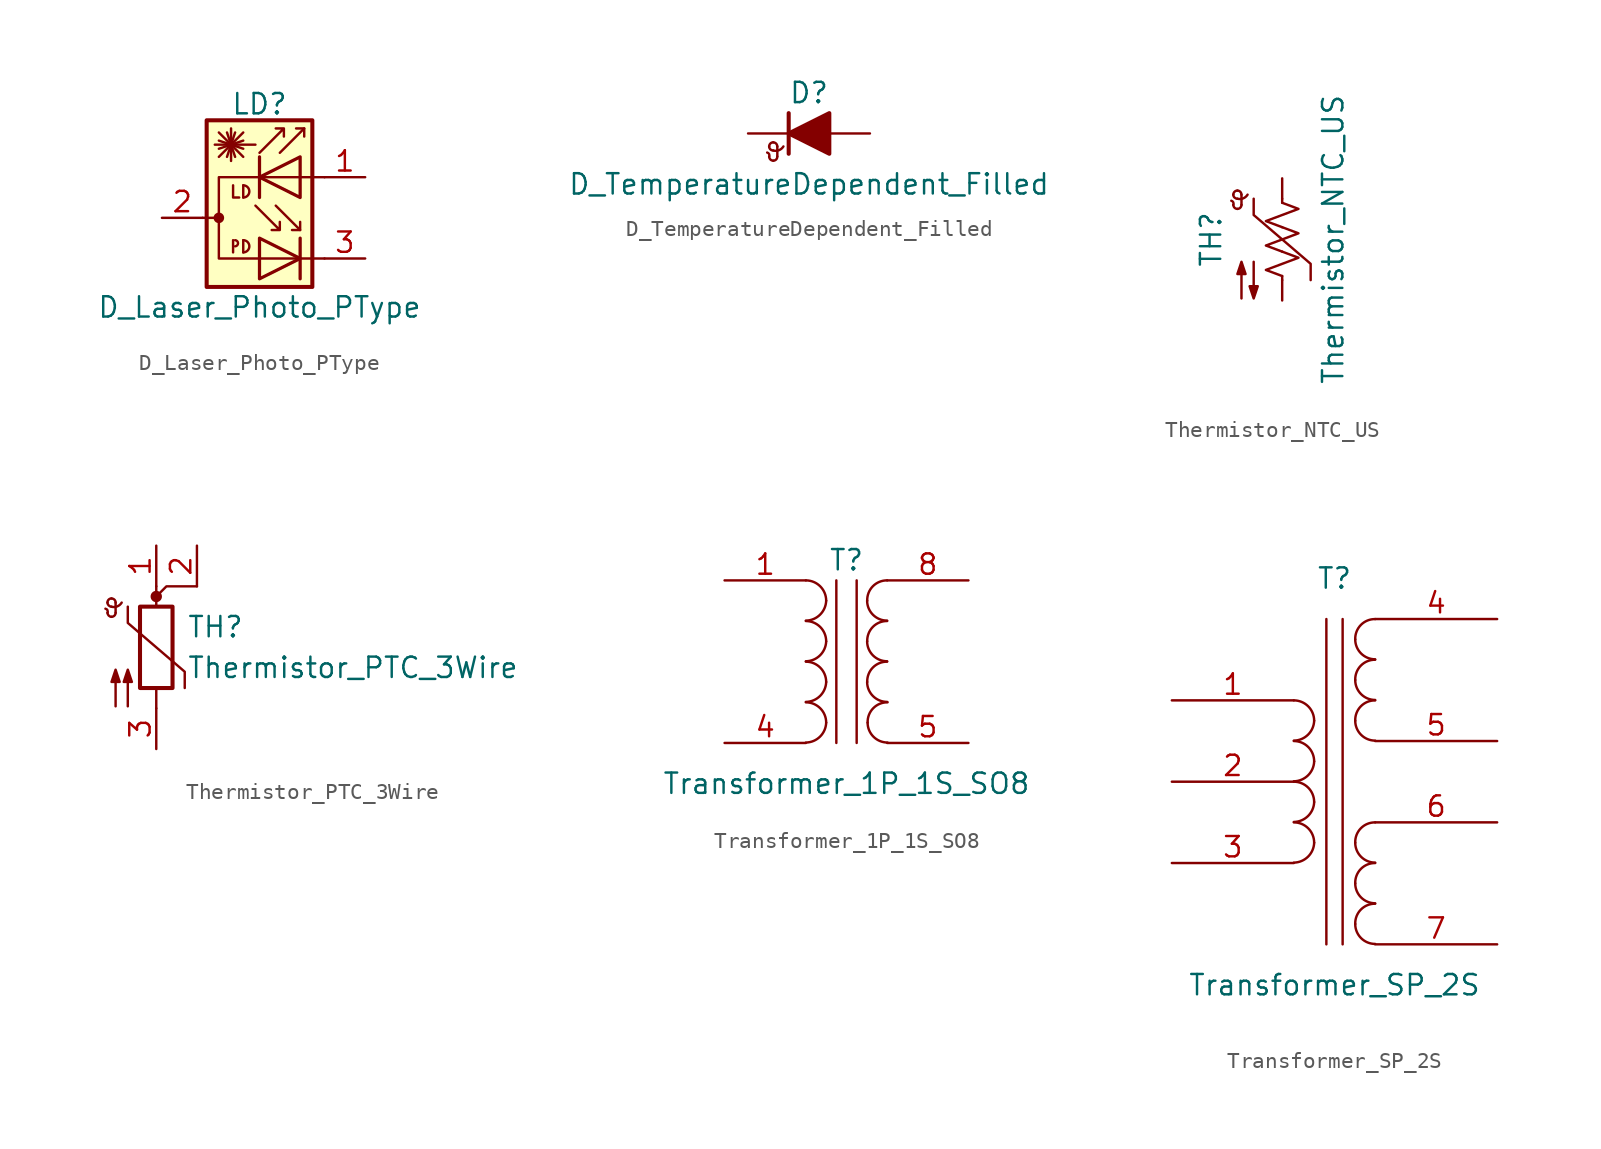
<source format=kicad_sym>
(kicad_symbol_lib
  (version 20211014)
  (generator kicad_symbol_editor)
  (symbol "D_Laser_Photo_PType"
    (pin_names hide)
    (property "Reference" "LD"
      (at 1.016 7.112 0)
      (effects (font (size 1.27 1.27))))
    (property "Value" "D_Laser_Photo_PType"
      (at 1.016 -5.588 0)
      (effects (font (size 1.27 1.27))))
    (symbol "D_Laser_Photo_PType_0_1"
      (circle (center -1.524 0) (radius 0.254) (stroke (width 0) (type default) (color 0 0 0 0)) (fill (type outline)))
      (arc (start -0.508 -1.778) (mid -0.3302 -1.6002) (end -0.508 -1.397) (stroke (width 0) (type default) (color 0 0 0 0)) (fill (type none)))
      (arc (start 0 -2.159) (mid 0.381 -1.778) (end 0 -1.397) (stroke (width 0) (type default) (color 0 0 0 0)) (fill (type none)))
      (polyline (pts (xy -2.54 0) (xy -1.524 0)) (stroke (width 0) (type default) (color 0 0 0 0)) (fill (type none)))
      (polyline (pts (xy -1.524 3.81) (xy 0 5.334)) (stroke (width 0) (type default) (color 0 0 0 0)) (fill (type none)))
      (polyline (pts (xy -1.524 4.318) (xy 0 4.826)) (stroke (width 0) (type default) (color 0 0 0 0)) (fill (type none)))
      (polyline (pts (xy -1.524 4.826) (xy 0 4.318)) (stroke (width 0) (type default) (color 0 0 0 0)) (fill (type none)))
      (polyline (pts (xy -1.524 5.334) (xy 0 3.81)) (stroke (width 0) (type default) (color 0 0 0 0)) (fill (type none)))
      (polyline (pts (xy -1.016 5.334) (xy -0.508 3.81)) (stroke (width 0) (type default) (color 0 0 0 0)) (fill (type none)))
      (polyline (pts (xy -0.762 4.572) (xy -0.762 3.556)) (stroke (width 0) (type default) (color 0 0 0 0)) (fill (type none)))
      (polyline (pts (xy -0.762 4.572) (xy -0.762 5.588)) (stroke (width 0) (type default) (color 0 0 0 0)) (fill (type none)))
      (polyline (pts (xy -0.635 -1.397) (xy -0.635 -2.159)) (stroke (width 0) (type default) (color 0 0 0 0)) (fill (type none)))
      (polyline (pts (xy -0.508 5.334) (xy -1.016 3.81)) (stroke (width 0) (type default) (color 0 0 0 0)) (fill (type none)))
      (polyline (pts (xy 0 -1.397) (xy 0 -2.159)) (stroke (width 0) (type default) (color 0 0 0 0)) (fill (type none)))
      (polyline (pts (xy 0 2.032) (xy 0 1.27)) (stroke (width 0) (type default) (color 0 0 0 0)) (fill (type none)))
      (polyline (pts (xy 0.762 4.572) (xy -1.778 4.572)) (stroke (width 0) (type default) (color 0 0 0 0)) (fill (type none)))
      (polyline (pts (xy 1.016 3.81) (xy 1.016 1.27)) (stroke (width 0.203) (type default) (color 0 0 0 0)) (fill (type none)))
      (polyline (pts (xy 3.556 -1.27) (xy 3.556 -3.81)) (stroke (width 0.203) (type default) (color 0 0 0 0)) (fill (type none)))
      (polyline (pts (xy 3.556 -0.762) (xy 3.048 -0.762)) (stroke (width 0) (type default) (color 0 0 0 0)) (fill (type none)))
      (polyline (pts (xy 3.81 5.588) (xy 3.302 5.588)) (stroke (width 0) (type default) (color 0 0 0 0)) (fill (type none)))
      (polyline (pts (xy -0.635 2.032) (xy -0.635 1.27) (xy -0.254 1.27)) (stroke (width 0) (type default) (color 0 0 0 0)) (fill (type none)))
      (polyline (pts (xy 2.032 0.762) (xy 3.556 -0.762) (xy 3.556 -0.254)) (stroke (width 0) (type default) (color 0 0 0 0)) (fill (type none)))
      (polyline (pts (xy 2.286 4.064) (xy 3.81 5.588) (xy 3.81 5.08)) (stroke (width 0) (type default) (color 0 0 0 0)) (fill (type none)))
      (polyline (pts (xy 1.016 -1.27) (xy 1.016 -3.81) (xy 3.556 -2.54) (xy 1.016 -1.27)) (stroke (width 0.203) (type default) (color 0 0 0 0)) (fill (type none)))
      (polyline (pts (xy 3.556 3.81) (xy 3.556 1.27) (xy 1.016 2.54) (xy 3.556 3.81)) (stroke (width 0.203) (type default) (color 0 0 0 0)) (fill (type none)))
      (polyline (pts (xy 5.08 2.54) (xy -1.524 2.54) (xy -1.524 -2.54) (xy 5.08 -2.54)) (stroke (width 0) (type default) (color 0 0 0 0)) (fill (type none)))
      (polyline (pts (xy 0.762 0.762) (xy 2.286 -0.762) (xy 2.286 -0.254) (xy 2.286 -0.762) (xy 1.778 -0.762)) (stroke (width 0) (type default) (color 0 0 0 0)) (fill (type none)))
      (polyline (pts (xy 1.016 4.064) (xy 2.54 5.588) (xy 2.54 5.08) (xy 2.54 5.588) (xy 2.032 5.588)) (stroke (width 0) (type default) (color 0 0 0 0)) (fill (type none)))
      (arc (start 0 1.27) (mid 0.381 1.651) (end 0 2.032) (stroke (width 0) (type default) (color 0 0 0 0)) (fill (type none)))
      (rectangle (start 4.318 6.096) (end -2.286 -4.318) (stroke (width 0.254) (type default) (color 0 0 0 0)) (fill (type background))))
    (symbol "D_Laser_Photo_PType_1_1"
      (pin passive line (at 7.62 2.54 180) (length 2.54) (name "~" (effects (font (size 1.27 1.27)))) (number "1" (effects (font (size 1.27 1.27)))))
      (pin passive line (at -5.08 0 0) (length 2.54) (name "~" (effects (font (size 1.27 1.27)))) (number "2" (effects (font (size 1.27 1.27)))))
      (pin passive line (at 7.62 -2.54 180) (length 2.54) (name "~" (effects (font (size 1.27 1.27)))) (number "3" (effects (font (size 1.27 1.27)))))))
  (symbol "D_TemperatureDependent_Filled"
    (pin_numbers hide)
    (pin_names
      (offset 1.016) hide)
    (property "Reference" "D"
      (at 0 2.54 0)
      (effects (font (size 1.27 1.27))))
    (property "Value" "D_TemperatureDependent_Filled"
      (at 0 -3.175 0)
      (effects (font (size 1.27 1.27))))
    (symbol "D_TemperatureDependent_Filled_0_1"
      (arc (start -2.4892 -1.4478) (mid -2.4907 -1.2925) (end -2.6162 -1.1938) (stroke (width 0) (type default) (color 0 0 0 0)) (fill (type none)))
      (arc (start -2.4892 -1.4478) (mid -2.4148 -1.6274) (end -2.2352 -1.7018) (stroke (width 0) (type default) (color 0 0 0 0)) (fill (type none)))
      (arc (start -2.4892 -0.8128) (mid -2.4148 -0.9924) (end -2.2352 -1.0668) (stroke (width 0) (type default) (color 0 0 0 0)) (fill (type none)))
      (arc (start -2.2352 -1.7018) (mid -2.0556 -1.6274) (end -1.9812 -1.4478) (stroke (width 0) (type default) (color 0 0 0 0)) (fill (type none)))
      (arc (start -2.2352 -1.0668) (mid -1.8805 -1.0481) (end -1.6002 -0.8128) (stroke (width 0) (type default) (color 0 0 0 0)) (fill (type none)))
      (arc (start -2.2352 -0.5588) (mid -2.4148 -0.6332) (end -2.4892 -0.8128) (stroke (width 0) (type default) (color 0 0 0 0)) (fill (type none)))
      (arc (start -1.9812 -0.8128) (mid -2.0556 -0.6332) (end -2.2352 -0.5588) (stroke (width 0) (type default) (color 0 0 0 0)) (fill (type none)))
      (polyline (pts (xy -1.981 -1.422) (xy -1.981 -0.813)) (stroke (width 0) (type default) (color 0 0 0 0)) (fill (type none)))
      (polyline (pts (xy -1.27 1.27) (xy -1.27 -1.27)) (stroke (width 0.254) (type default) (color 0 0 0 0)) (fill (type none)))
      (polyline (pts (xy 1.27 0) (xy -1.27 0)) (stroke (width 0) (type default) (color 0 0 0 0)) (fill (type none)))
      (polyline (pts (xy 1.27 -1.27) (xy 1.27 1.27) (xy -1.27 0) (xy 1.27 -1.27)) (stroke (width 0.254) (type default) (color 0 0 0 0)) (fill (type outline))))
    (symbol "D_TemperatureDependent_Filled_1_1"
      (pin passive line (at -3.81 0 0) (length 2.54) (name "K" (effects (font (size 1.27 1.27)))) (number "1" (effects (font (size 1.27 1.27)))))
      (pin passive line (at 3.81 0 180) (length 2.54) (name "A" (effects (font (size 1.27 1.27)))) (number "2" (effects (font (size 1.27 1.27)))))))
  (symbol "Thermistor_NTC_US"
    (pin_numbers hide)
    (pin_names
      (offset 0))
    (property "Reference" "TH"
      (at -4.445 0 90)
      (effects (font (size 1.27 1.27))))
    (property "Value" "Thermistor_NTC_US"
      (at 3.175 0 90)
      (effects (font (size 1.27 1.27))))
    (symbol "Thermistor_NTC_US_0_1"
      (arc (start -3.048 2.159) (mid -3.0495 2.3143) (end -3.175 2.413) (stroke (width 0) (type default) (color 0 0 0 0)) (fill (type none)))
      (arc (start -3.048 2.159) (mid -2.9736 1.9794) (end -2.794 1.905) (stroke (width 0) (type default) (color 0 0 0 0)) (fill (type none)))
      (arc (start -3.048 2.794) (mid -2.9736 2.6144) (end -2.794 2.54) (stroke (width 0) (type default) (color 0 0 0 0)) (fill (type none)))
      (arc (start -2.794 1.905) (mid -2.6144 1.9794) (end -2.54 2.159) (stroke (width 0) (type default) (color 0 0 0 0)) (fill (type none)))
      (arc (start -2.794 2.54) (mid -2.4393 2.5587) (end -2.159 2.794) (stroke (width 0) (type default) (color 0 0 0 0)) (fill (type none)))
      (arc (start -2.794 3.048) (mid -2.9736 2.9736) (end -3.048 2.794) (stroke (width 0) (type default) (color 0 0 0 0)) (fill (type none)))
      (arc (start -2.54 2.794) (mid -2.6144 2.9736) (end -2.794 3.048) (stroke (width 0) (type default) (color 0 0 0 0)) (fill (type none)))
      (polyline (pts (xy -2.54 2.159) (xy -2.54 2.794)) (stroke (width 0) (type default) (color 0 0 0 0)) (fill (type none)))
      (polyline (pts (xy 0 -2.286) (xy 0 -2.54)) (stroke (width 0) (type default) (color 0 0 0 0)) (fill (type none)))
      (polyline (pts (xy 0 2.286) (xy 0 2.54)) (stroke (width 0) (type default) (color 0 0 0 0)) (fill (type none)))
      (polyline (pts (xy -1.778 2.54) (xy -1.778 1.524) (xy 1.778 -1.524) (xy 1.778 -2.54)) (stroke (width 0) (type default) (color 0 0 0 0)) (fill (type none)))
      (polyline (pts (xy 0 -0.762) (xy 1.016 -1.143) (xy 0 -1.524) (xy -1.016 -1.905) (xy 0 -2.286)) (stroke (width 0) (type default) (color 0 0 0 0)) (fill (type none)))
      (polyline (pts (xy 0 0.762) (xy 1.016 0.381) (xy 0 0) (xy -1.016 -0.381) (xy 0 -0.762)) (stroke (width 0) (type default) (color 0 0 0 0)) (fill (type none)))
      (polyline (pts (xy 0 2.286) (xy 1.016 1.905) (xy 0 1.524) (xy -1.016 1.143) (xy 0 0.762)) (stroke (width 0) (type default) (color 0 0 0 0)) (fill (type none)))
      (polyline (pts (xy -2.54 -3.683) (xy -2.54 -1.397) (xy -2.794 -2.159) (xy -2.286 -2.159) (xy -2.54 -1.397) (xy -2.54 -1.651)) (stroke (width 0) (type default) (color 0 0 0 0)) (fill (type outline)))
      (polyline (pts (xy -1.778 -1.397) (xy -1.778 -3.683) (xy -2.032 -2.921) (xy -1.524 -2.921) (xy -1.778 -3.683) (xy -1.778 -3.429)) (stroke (width 0) (type default) (color 0 0 0 0)) (fill (type outline))))
    (symbol "Thermistor_NTC_US_1_1"
      (pin passive line (at 0 3.81 270) (length 1.27) (name "~" (effects (font (size 1.27 1.27)))) (number "1" (effects (font (size 1.27 1.27)))))
      (pin passive line (at 0 -3.81 90) (length 1.27) (name "~" (effects (font (size 1.27 1.27)))) (number "2" (effects (font (size 1.27 1.27)))))))
  (symbol "Thermistor_PTC_3Wire"
    (pin_names
      (offset 0))
    (property "Reference" "TH"
      (at 1.905 1.27 0)
      (effects (font (size 1.27 1.27)) (justify left)))
    (property "Value" "Thermistor_PTC_3Wire"
      (at 1.905 -1.27 0)
      (effects (font (size 1.27 1.27)) (justify left)))
    (symbol "Thermistor_PTC_3Wire_0_1"
      (arc (start -3.048 2.159) (mid -3.0495 2.3143) (end -3.175 2.413) (stroke (width 0) (type default) (color 0 0 0 0)) (fill (type none)))
      (arc (start -3.048 2.159) (mid -2.9736 1.9794) (end -2.794 1.905) (stroke (width 0) (type default) (color 0 0 0 0)) (fill (type none)))
      (arc (start -3.048 2.794) (mid -2.9736 2.6144) (end -2.794 2.54) (stroke (width 0) (type default) (color 0 0 0 0)) (fill (type none)))
      (arc (start -2.794 1.905) (mid -2.6144 1.9794) (end -2.54 2.159) (stroke (width 0) (type default) (color 0 0 0 0)) (fill (type none)))
      (arc (start -2.794 2.54) (mid -2.4393 2.5587) (end -2.159 2.794) (stroke (width 0) (type default) (color 0 0 0 0)) (fill (type none)))
      (arc (start -2.794 3.048) (mid -2.9736 2.9736) (end -3.048 2.794) (stroke (width 0) (type default) (color 0 0 0 0)) (fill (type none)))
      (arc (start -2.54 2.794) (mid -2.6144 2.9736) (end -2.794 3.048) (stroke (width 0) (type default) (color 0 0 0 0)) (fill (type none)))
      (rectangle (start -1.016 2.54) (end 1.016 -2.54) (stroke (width 0.254) (type default) (color 0 0 0 0)) (fill (type none)))
      (polyline (pts (xy -2.54 2.159) (xy -2.54 2.794)) (stroke (width 0) (type default) (color 0 0 0 0)) (fill (type none)))
      (polyline (pts (xy 0 -3.81) (xy 0 -2.54)) (stroke (width 0) (type default) (color 0 0 0 0)) (fill (type none)))
      (polyline (pts (xy 0 3.81) (xy 0 2.54)) (stroke (width 0) (type default) (color 0 0 0 0)) (fill (type none)))
      (polyline (pts (xy 2.54 3.81) (xy 0.635 3.81) (xy 0 3.175)) (stroke (width 0) (type default) (color 0 0 0 0)) (fill (type none)))
      (polyline (pts (xy -1.778 2.54) (xy -1.778 1.524) (xy 1.778 -1.524) (xy 1.778 -2.54)) (stroke (width 0) (type default) (color 0 0 0 0)) (fill (type none)))
      (polyline (pts (xy -2.54 -3.683) (xy -2.54 -1.397) (xy -2.794 -2.159) (xy -2.286 -2.159) (xy -2.54 -1.397) (xy -2.54 -1.651)) (stroke (width 0) (type default) (color 0 0 0 0)) (fill (type outline)))
      (polyline (pts (xy -1.778 -3.683) (xy -1.778 -1.397) (xy -2.032 -2.159) (xy -1.524 -2.159) (xy -1.778 -1.397) (xy -1.778 -1.651)) (stroke (width 0) (type default) (color 0 0 0 0)) (fill (type outline)))
      (circle (center 0 3.175) (radius 0.279) (stroke (width 0) (type default) (color 0 0 0 0)) (fill (type outline))))
    (symbol "Thermistor_PTC_3Wire_1_1"
      (pin passive line (at 0 6.35 270) (length 2.54) (name "~" (effects (font (size 1.27 1.27)))) (number "1" (effects (font (size 1.27 1.27)))))
      (pin passive line (at 2.54 6.35 270) (length 2.54) (name "~" (effects (font (size 1.27 1.27)))) (number "2" (effects (font (size 1.27 1.27)))))
      (pin passive line (at 0 -6.35 90) (length 2.54) (name "~" (effects (font (size 1.27 1.27)))) (number "3" (effects (font (size 1.27 1.27)))))))
  (symbol "Transformer_1P_1S_SO8"
    (pin_names
      (offset 1.016) hide)
    (property "Reference" "T"
      (at 0 6.35 0)
      (effects (font (size 1.27 1.27))))
    (property "Value" "Transformer_1P_1S_SO8"
      (at 0 -7.62 0)
      (effects (font (size 1.27 1.27))))
    (symbol "Transformer_1P_1S_SO8_0_1"
      (arc (start -2.54 -5.0546) (mid -1.6599 -4.6901) (end -1.27 -3.81) (stroke (width 0) (type default) (color 0 0 0 0)) (fill (type none)))
      (arc (start -2.54 -2.5146) (mid -1.6599 -2.1501) (end -1.27 -1.27) (stroke (width 0) (type default) (color 0 0 0 0)) (fill (type none)))
      (arc (start -2.54 0.0254) (mid -1.6599 0.3899) (end -1.27 1.27) (stroke (width 0) (type default) (color 0 0 0 0)) (fill (type none)))
      (arc (start -2.54 2.5654) (mid -1.6599 2.9299) (end -1.27 3.81) (stroke (width 0) (type default) (color 0 0 0 0)) (fill (type none)))
      (arc (start -1.27 -3.81) (mid -1.642 -2.912) (end -2.54 -2.54) (stroke (width 0) (type default) (color 0 0 0 0)) (fill (type none)))
      (arc (start -1.27 -1.27) (mid -1.642 -0.372) (end -2.54 0) (stroke (width 0) (type default) (color 0 0 0 0)) (fill (type none)))
      (arc (start -1.27 1.27) (mid -1.642 2.168) (end -2.54 2.54) (stroke (width 0) (type default) (color 0 0 0 0)) (fill (type none)))
      (arc (start -1.27 3.81) (mid -1.642 4.708) (end -2.54 5.08) (stroke (width 0) (type default) (color 0 0 0 0)) (fill (type none)))
      (polyline (pts (xy -0.635 5.08) (xy -0.635 -5.08)) (stroke (width 0) (type default) (color 0 0 0 0)) (fill (type none)))
      (polyline (pts (xy 0.635 -5.08) (xy 0.635 5.08)) (stroke (width 0) (type default) (color 0 0 0 0)) (fill (type none)))
      (arc (start 1.2954 -1.27) (mid 1.6599 -2.1501) (end 2.54 -2.5146) (stroke (width 0) (type default) (color 0 0 0 0)) (fill (type none)))
      (arc (start 1.2954 1.27) (mid 1.6599 0.3899) (end 2.54 0.0254) (stroke (width 0) (type default) (color 0 0 0 0)) (fill (type none)))
      (arc (start 1.2954 3.81) (mid 1.6599 2.9299) (end 2.54 2.5654) (stroke (width 0) (type default) (color 0 0 0 0)) (fill (type none)))
      (arc (start 1.3208 -3.81) (mid 1.6853 -4.6901) (end 2.5654 -5.0546) (stroke (width 0) (type default) (color 0 0 0 0)) (fill (type none)))
      (arc (start 2.54 0) (mid 1.642 -0.372) (end 1.2954 -1.27) (stroke (width 0) (type default) (color 0 0 0 0)) (fill (type none)))
      (arc (start 2.54 2.54) (mid 1.642 2.168) (end 1.2954 1.27) (stroke (width 0) (type default) (color 0 0 0 0)) (fill (type none)))
      (arc (start 2.54 5.08) (mid 1.642 4.708) (end 1.2954 3.81) (stroke (width 0) (type default) (color 0 0 0 0)) (fill (type none)))
      (arc (start 2.5654 -2.54) (mid 1.6674 -2.912) (end 1.3208 -3.81) (stroke (width 0) (type default) (color 0 0 0 0)) (fill (type none))))
    (symbol "Transformer_1P_1S_SO8_1_1"
      (pin passive line (at -7.62 5.08 0) (length 5.08) (name "AA" (effects (font (size 1.27 1.27)))) (number "1" (effects (font (size 1.27 1.27)))))
      (pin passive line (at -7.62 -5.08 0) (length 5.08) (name "AB" (effects (font (size 1.27 1.27)))) (number "4" (effects (font (size 1.27 1.27)))))
      (pin passive line (at 7.62 -5.08 180) (length 5.08) (name "SA" (effects (font (size 1.27 1.27)))) (number "5" (effects (font (size 1.27 1.27)))))
      (pin passive line (at 7.62 5.08 180) (length 5.08) (name "SB" (effects (font (size 1.27 1.27)))) (number "8" (effects (font (size 1.27 1.27)))))))
  (symbol "Transformer_SP_2S"
    (pin_names
      (offset 1.016) hide)
    (property "Reference" "T"
      (at 0 12.7 0)
      (effects (font (size 1.27 1.27))))
    (property "Value" "Transformer_SP_2S"
      (at 0 -12.7 0)
      (effects (font (size 1.27 1.27))))
    (symbol "Transformer_SP_2S_0_1"
      (arc (start -2.54 -5.0546) (mid -1.6599 -4.6901) (end -1.27 -3.81) (stroke (width 0) (type default) (color 0 0 0 0)) (fill (type none)))
      (arc (start -2.54 -2.5146) (mid -1.6599 -2.1501) (end -1.27 -1.27) (stroke (width 0) (type default) (color 0 0 0 0)) (fill (type none)))
      (arc (start -2.54 0.0254) (mid -1.6599 0.3899) (end -1.27 1.27) (stroke (width 0) (type default) (color 0 0 0 0)) (fill (type none)))
      (arc (start -2.54 2.5654) (mid -1.6599 2.9299) (end -1.27 3.81) (stroke (width 0) (type default) (color 0 0 0 0)) (fill (type none)))
      (arc (start -1.27 -3.81) (mid -1.642 -2.912) (end -2.54 -2.54) (stroke (width 0) (type default) (color 0 0 0 0)) (fill (type none)))
      (arc (start -1.27 -1.27) (mid -1.642 -0.372) (end -2.54 0) (stroke (width 0) (type default) (color 0 0 0 0)) (fill (type none)))
      (arc (start -1.27 1.27) (mid -1.642 2.168) (end -2.54 2.54) (stroke (width 0) (type default) (color 0 0 0 0)) (fill (type none)))
      (arc (start -1.27 3.81) (mid -1.642 4.708) (end -2.54 5.08) (stroke (width 0) (type default) (color 0 0 0 0)) (fill (type none)))
      (polyline (pts (xy -0.508 -10.16) (xy -0.508 10.16)) (stroke (width 0) (type default) (color 0 0 0 0)) (fill (type none)))
      (polyline (pts (xy 0.508 10.16) (xy 0.508 -10.16)) (stroke (width 0) (type default) (color 0 0 0 0)) (fill (type none)))
      (arc (start 1.2954 -8.89) (mid 1.6599 -9.7701) (end 2.54 -10.1346) (stroke (width 0) (type default) (color 0 0 0 0)) (fill (type none)))
      (arc (start 1.2954 -6.35) (mid 1.6599 -7.2301) (end 2.54 -7.5946) (stroke (width 0) (type default) (color 0 0 0 0)) (fill (type none)))
      (arc (start 1.2954 -3.81) (mid 1.6599 -4.6901) (end 2.54 -5.0546) (stroke (width 0) (type default) (color 0 0 0 0)) (fill (type none)))
      (arc (start 1.2954 3.81) (mid 1.6599 2.9299) (end 2.54 2.5654) (stroke (width 0) (type default) (color 0 0 0 0)) (fill (type none)))
      (arc (start 1.2954 6.35) (mid 1.6599 5.4699) (end 2.54 5.1054) (stroke (width 0) (type default) (color 0 0 0 0)) (fill (type none)))
      (arc (start 1.2954 8.89) (mid 1.6599 8.0099) (end 2.54 7.6454) (stroke (width 0) (type default) (color 0 0 0 0)) (fill (type none)))
      (arc (start 2.54 -7.62) (mid 1.642 -7.992) (end 1.2954 -8.89) (stroke (width 0) (type default) (color 0 0 0 0)) (fill (type none)))
      (arc (start 2.54 -5.08) (mid 1.642 -5.452) (end 1.2954 -6.35) (stroke (width 0) (type default) (color 0 0 0 0)) (fill (type none)))
      (arc (start 2.54 -2.54) (mid 1.642 -2.912) (end 1.2954 -3.81) (stroke (width 0) (type default) (color 0 0 0 0)) (fill (type none)))
      (arc (start 2.54 5.08) (mid 1.642 4.708) (end 1.2954 3.81) (stroke (width 0) (type default) (color 0 0 0 0)) (fill (type none)))
      (arc (start 2.54 7.62) (mid 1.642 7.248) (end 1.2954 6.35) (stroke (width 0) (type default) (color 0 0 0 0)) (fill (type none)))
      (arc (start 2.54 10.16) (mid 1.642 9.788) (end 1.2954 8.89) (stroke (width 0) (type default) (color 0 0 0 0)) (fill (type none))))
    (symbol "Transformer_SP_2S_1_1"
      (pin passive line (at -10.16 5.08 0) (length 7.62) (name "IN+" (effects (font (size 1.27 1.27)))) (number "1" (effects (font (size 1.27 1.27)))))
      (pin passive line (at -10.16 0 0) (length 7.62) (name "PM" (effects (font (size 1.27 1.27)))) (number "2" (effects (font (size 1.27 1.27)))))
      (pin passive line (at -10.16 -5.08 0) (length 7.62) (name "IN-" (effects (font (size 1.27 1.27)))) (number "3" (effects (font (size 1.27 1.27)))))
      (pin passive line (at 10.16 10.16 180) (length 7.62) (name "OUT1A" (effects (font (size 1.27 1.27)))) (number "4" (effects (font (size 1.27 1.27)))))
      (pin passive line (at 10.16 2.54 180) (length 7.62) (name "OUT1B" (effects (font (size 1.27 1.27)))) (number "5" (effects (font (size 1.27 1.27)))))
      (pin passive line (at 10.16 -2.54 180) (length 7.62) (name "OUT2A" (effects (font (size 1.27 1.27)))) (number "6" (effects (font (size 1.27 1.27)))))
      (pin passive line (at 10.16 -10.16 180) (length 7.62) (name "OUT2B" (effects (font (size 1.27 1.27)))) (number "7" (effects (font (size 1.27 1.27))))))))
</source>
